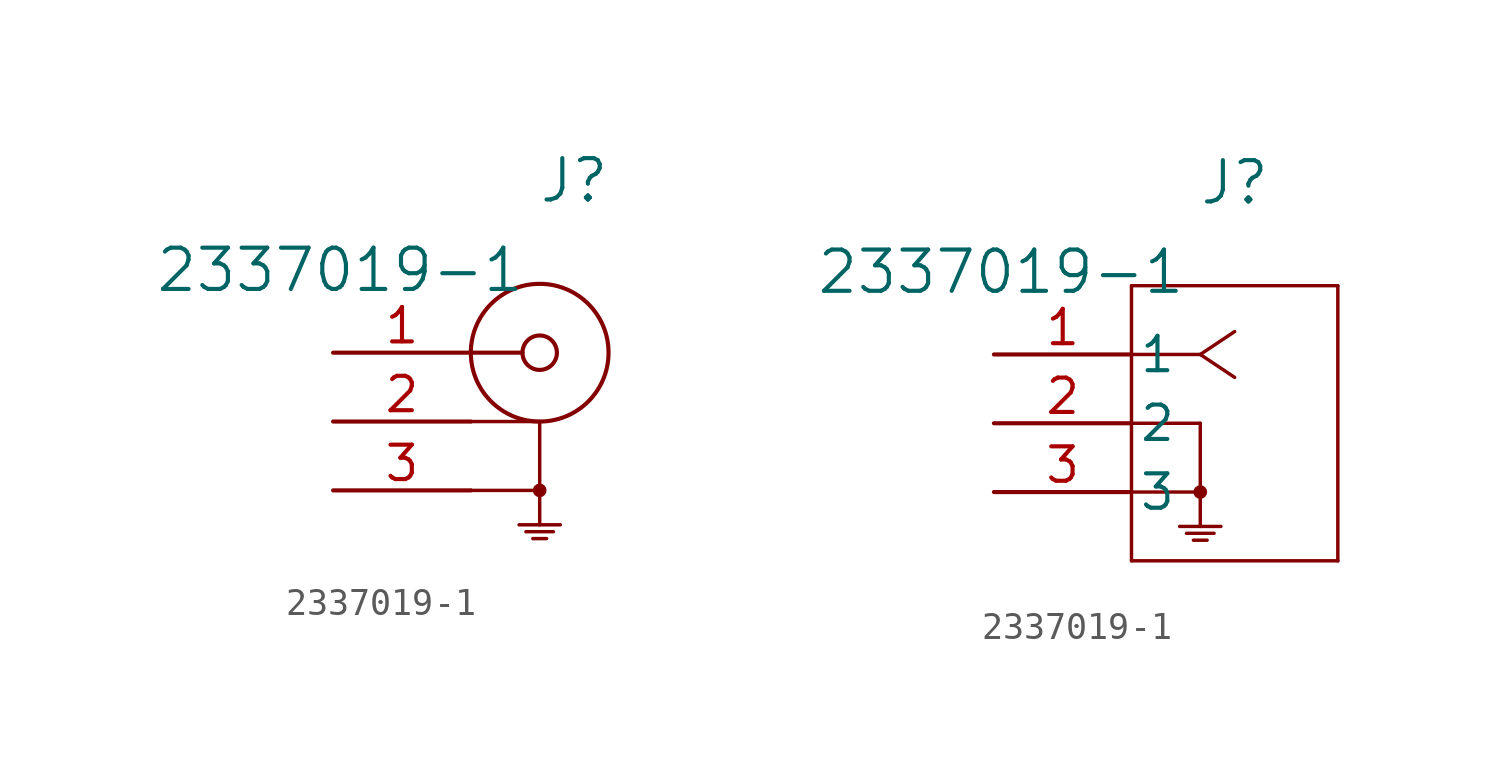
<source format=kicad_sym>
(kicad_symbol_lib
  (version 20231120)
  (generator "kicad_symbol_editor")
  (generator_version "8.0")
  (symbol "2337019-1"
    (pin_names
      (offset 0.254))
    (property "Reference" "J"
      (at 8.89 6.35 0)
      (effects (font (size 1.524 1.524))))
    (property "Value" "2337019-1"
      (at 0.254 3.048 0)
      (effects (font (size 1.524 1.524))))
    (property "ki_locked" ""
      (at 0 0 0)
      (effects (font (size 1.27 1.27))))
    (symbol "2337019-1_1_1"
      (polyline (pts (xy 6.985 0) (xy 5.08 0)) (stroke (width 0) (type default)) (fill (type none)))
      (polyline (pts (xy 7.112 -6.604) (xy 8.128 -6.604)) (stroke (width 0.127) (type default)) (fill (type none)))
      (polyline (pts (xy 7.366 -6.858) (xy 7.874 -6.858)) (stroke (width 0.127) (type default)) (fill (type none)))
      (polyline (pts (xy 7.62 -5.08) (xy 5.08 -5.08)) (stroke (width 0.127) (type default)) (fill (type none)))
      (polyline (pts (xy 7.62 -2.54) (xy 5.08 -2.54)) (stroke (width 0.127) (type default)) (fill (type none)))
      (polyline (pts (xy 7.62 -2.54) (xy 7.62 -6.35)) (stroke (width 0.127) (type default)) (fill (type none)))
      (polyline (pts (xy 8.382 -6.35) (xy 6.858 -6.35)) (stroke (width 0.127) (type default)) (fill (type none)))
      (circle (center 7.62 -5.08) (radius 0.127) (stroke (width 0.254) (type default)) (fill (type none)))
      (circle (center 7.62 0) (radius 0.635) (stroke (width 0) (type default)) (fill (type none)))
      (circle (center 7.62 0) (radius 2.54) (stroke (width 0) (type default)) (fill (type none)))
      (pin input line (at 0 0 0) (length 5.08) (name "" (effects (font (size 1.27 1.27)))) (number "1" (effects (font (size 1.27 1.27)))))
      (pin passive line (at 0 -2.54 0) (length 5.08) (name "" (effects (font (size 1.27 1.27)))) (number "2" (effects (font (size 1.27 1.27)))))
      (pin passive line (at 0 -5.08 0) (length 5.08) (name "" (effects (font (size 1.27 1.27)))) (number "3" (effects (font (size 1.27 1.27))))))
    (symbol "2337019-1_1_2"
      (polyline (pts (xy 5.08 -7.62) (xy 12.7 -7.62)) (stroke (width 0.127) (type default)) (fill (type none)))
      (polyline (pts (xy 5.08 2.54) (xy 5.08 -7.62)) (stroke (width 0.127) (type default)) (fill (type none)))
      (polyline (pts (xy 7.112 -6.604) (xy 8.128 -6.604)) (stroke (width 0.127) (type default)) (fill (type none)))
      (polyline (pts (xy 7.366 -6.858) (xy 7.874 -6.858)) (stroke (width 0.127) (type default)) (fill (type none)))
      (polyline (pts (xy 7.62 -5.08) (xy 5.08 -5.08)) (stroke (width 0.127) (type default)) (fill (type none)))
      (polyline (pts (xy 7.62 -2.54) (xy 5.08 -2.54)) (stroke (width 0.127) (type default)) (fill (type none)))
      (polyline (pts (xy 7.62 -2.54) (xy 7.62 -6.35)) (stroke (width 0.127) (type default)) (fill (type none)))
      (polyline (pts (xy 7.62 0) (xy 5.08 0)) (stroke (width 0.127) (type default)) (fill (type none)))
      (polyline (pts (xy 7.62 0) (xy 8.89 -0.847)) (stroke (width 0.127) (type default)) (fill (type none)))
      (polyline (pts (xy 7.62 0) (xy 8.89 0.847)) (stroke (width 0.127) (type default)) (fill (type none)))
      (polyline (pts (xy 8.382 -6.35) (xy 6.858 -6.35)) (stroke (width 0.127) (type default)) (fill (type none)))
      (polyline (pts (xy 12.7 -7.62) (xy 12.7 2.54)) (stroke (width 0.127) (type default)) (fill (type none)))
      (polyline (pts (xy 12.7 2.54) (xy 5.08 2.54)) (stroke (width 0.127) (type default)) (fill (type none)))
      (circle (center 7.62 -5.08) (radius 0.127) (stroke (width 0.254) (type default)) (fill (type none)))
      (pin unspecified line (at 0 0 0) (length 5.08) (name "1" (effects (font (size 1.27 1.27)))) (number "1" (effects (font (size 1.27 1.27)))))
      (pin unspecified line (at 0 -2.54 0) (length 5.08) (name "2" (effects (font (size 1.27 1.27)))) (number "2" (effects (font (size 1.27 1.27)))))
      (pin unspecified line (at 0 -5.08 0) (length 5.08) (name "3" (effects (font (size 1.27 1.27)))) (number "3" (effects (font (size 1.27 1.27))))))))
</source>
